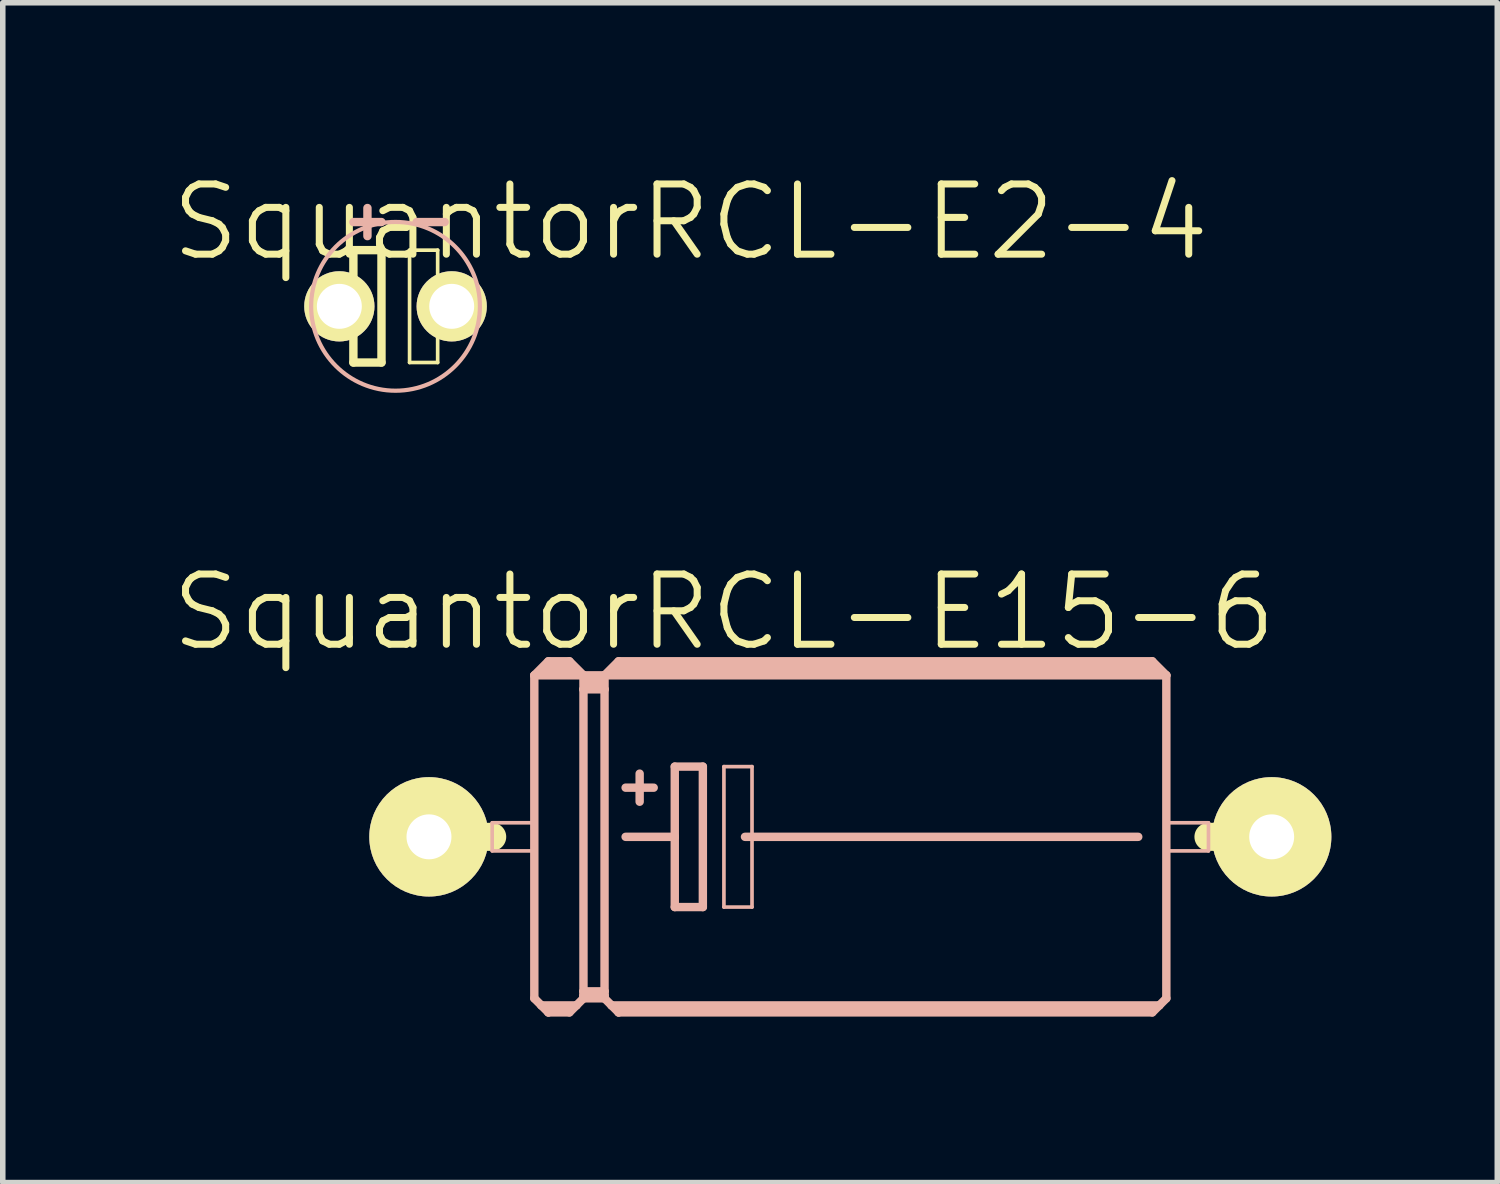
<source format=kicad_pcb>
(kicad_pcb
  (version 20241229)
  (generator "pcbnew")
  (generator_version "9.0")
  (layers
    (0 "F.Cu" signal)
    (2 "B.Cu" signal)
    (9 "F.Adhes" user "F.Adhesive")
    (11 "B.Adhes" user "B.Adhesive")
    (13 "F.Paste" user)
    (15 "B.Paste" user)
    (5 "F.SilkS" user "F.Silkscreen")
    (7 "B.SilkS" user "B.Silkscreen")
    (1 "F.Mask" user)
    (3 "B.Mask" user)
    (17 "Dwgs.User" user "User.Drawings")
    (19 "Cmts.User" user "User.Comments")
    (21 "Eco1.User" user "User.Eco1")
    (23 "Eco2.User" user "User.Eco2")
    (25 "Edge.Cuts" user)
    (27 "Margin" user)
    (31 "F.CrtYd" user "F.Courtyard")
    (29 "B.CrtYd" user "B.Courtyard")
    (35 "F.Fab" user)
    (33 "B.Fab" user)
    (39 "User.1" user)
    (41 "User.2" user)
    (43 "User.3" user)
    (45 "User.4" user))
  (footprint "SquantorRCL-E15-6"
    (layer "F.Cu")
    (at 12.328 12.084)
    (property "Reference" "SquantorRCL-E15-6" (at -2.286 -4.064 0) (layer "F.SilkS") (effects (font (size 1.27 1.27) (thickness 0.127))))
    (attr exclude_from_pos_files exclude_from_bom)
    (fp_line (start -7.62 0) (end -6.477 0) (stroke (width 0.508) (type solid)) (layer "F.SilkS"))
    (fp_line (start 7.62 0) (end 6.477 0) (stroke (width 0.508) (type solid)) (layer "F.SilkS"))
    (fp_line (start -6.477 -0.254) (end -5.715 -0.254) (stroke (width 0.066) (type solid)) (layer "B.SilkS"))
    (fp_line (start -6.477 0.254) (end -6.477 -0.254) (stroke (width 0.066) (type solid)) (layer "B.SilkS"))
    (fp_line (start -6.477 0.254) (end -5.715 0.254) (stroke (width 0.066) (type solid)) (layer "B.SilkS"))
    (fp_line (start -5.715 -2.921) (end -4.826 -2.921) (stroke (width 0.152) (type solid)) (layer "B.SilkS"))
    (fp_line (start -5.715 0.254) (end -5.715 -0.254) (stroke (width 0.066) (type solid)) (layer "B.SilkS"))
    (fp_line (start -5.715 2.921) (end -5.715 -2.921) (stroke (width 0.152) (type solid)) (layer "B.SilkS"))
    (fp_line (start -5.715 2.921) (end -5.588 3.048) (stroke (width 0.152) (type solid)) (layer "B.SilkS"))
    (fp_line (start -5.588 3.048) (end -5.461 3.175) (stroke (width 0.152) (type solid)) (layer "B.SilkS"))
    (fp_line (start -5.588 3.048) (end -4.953 3.048) (stroke (width 0.152) (type solid)) (layer "B.SilkS"))
    (fp_line (start -5.461 -3.175) (end -5.715 -2.921) (stroke (width 0.152) (type solid)) (layer "B.SilkS"))
    (fp_line (start -5.461 -3.175) (end -5.08 -3.175) (stroke (width 0.152) (type solid)) (layer "B.SilkS"))
    (fp_line (start -5.461 -3.048) (end -5.08 -3.048) (stroke (width 0.305) (type solid)) (layer "B.SilkS"))
    (fp_line (start -5.461 3.124) (end -5.461 3.175) (stroke (width 0.152) (type solid)) (layer "B.SilkS"))
    (fp_line (start -5.461 3.175) (end -5.08 3.175) (stroke (width 0.152) (type solid)) (layer "B.SilkS"))
    (fp_line (start -5.08 -3.175) (end -4.826 -2.921) (stroke (width 0.152) (type solid)) (layer "B.SilkS"))
    (fp_line (start -5.08 3.124) (end -5.461 3.124) (stroke (width 0.152) (type solid)) (layer "B.SilkS"))
    (fp_line (start -5.08 3.175) (end -4.953 3.048) (stroke (width 0.152) (type solid)) (layer "B.SilkS"))
    (fp_line (start -4.953 3.048) (end -4.826 2.921) (stroke (width 0.152) (type solid)) (layer "B.SilkS"))
    (fp_line (start -4.826 -2.921) (end -4.826 -2.667) (stroke (width 0.152) (type solid)) (layer "B.SilkS"))
    (fp_line (start -4.826 -2.921) (end -4.445 -2.921) (stroke (width 0.152) (type solid)) (layer "B.SilkS"))
    (fp_line (start -4.826 -2.667) (end -4.826 2.794) (stroke (width 0.152) (type solid)) (layer "B.SilkS"))
    (fp_line (start -4.826 -2.667) (end -4.445 -2.667) (stroke (width 0.152) (type solid)) (layer "B.SilkS"))
    (fp_line (start -4.826 2.794) (end -4.826 2.87) (stroke (width 0.152) (type solid)) (layer "B.SilkS"))
    (fp_line (start -4.826 2.794) (end -4.445 2.794) (stroke (width 0.152) (type solid)) (layer "B.SilkS"))
    (fp_line (start -4.826 2.87) (end -4.826 2.921) (stroke (width 0.152) (type solid)) (layer "B.SilkS"))
    (fp_line (start -4.826 2.921) (end -4.445 2.921) (stroke (width 0.152) (type solid)) (layer "B.SilkS"))
    (fp_line (start -4.699 -2.794) (end -4.572 -2.794) (stroke (width 0.305) (type solid)) (layer "B.SilkS"))
    (fp_line (start -4.445 -2.921) (end -4.445 -2.667) (stroke (width 0.152) (type solid)) (layer "B.SilkS"))
    (fp_line (start -4.445 -2.921) (end -4.191 -3.175) (stroke (width 0.152) (type solid)) (layer "B.SilkS"))
    (fp_line (start -4.445 -2.921) (end 5.715 -2.921) (stroke (width 0.152) (type solid)) (layer "B.SilkS"))
    (fp_line (start -4.445 -2.667) (end -4.445 2.794) (stroke (width 0.152) (type solid)) (layer "B.SilkS"))
    (fp_line (start -4.445 2.794) (end -4.445 2.87) (stroke (width 0.152) (type solid)) (layer "B.SilkS"))
    (fp_line (start -4.445 2.87) (end -4.826 2.87) (stroke (width 0.152) (type solid)) (layer "B.SilkS"))
    (fp_line (start -4.445 2.87) (end -4.445 2.921) (stroke (width 0.152) (type solid)) (layer "B.SilkS"))
    (fp_line (start -4.445 2.921) (end -4.318 3.048) (stroke (width 0.152) (type solid)) (layer "B.SilkS"))
    (fp_line (start -4.318 3.048) (end -4.191 3.175) (stroke (width 0.152) (type solid)) (layer "B.SilkS"))
    (fp_line (start -4.318 3.048) (end 5.588 3.048) (stroke (width 0.152) (type solid)) (layer "B.SilkS"))
    (fp_line (start -4.191 -3.175) (end 5.461 -3.175) (stroke (width 0.152) (type solid)) (layer "B.SilkS"))
    (fp_line (start -4.191 -3.048) (end 5.461 -3.048) (stroke (width 0.305) (type solid)) (layer "B.SilkS"))
    (fp_line (start -4.191 3.124) (end -4.191 3.175) (stroke (width 0.152) (type solid)) (layer "B.SilkS"))
    (fp_line (start -4.191 3.175) (end 5.461 3.175) (stroke (width 0.152) (type solid)) (layer "B.SilkS"))
    (fp_line (start -4.064 -0.889) (end -3.556 -0.889) (stroke (width 0.152) (type solid)) (layer "B.SilkS"))
    (fp_line (start -4.064 0) (end -3.175 0) (stroke (width 0.152) (type solid)) (layer "B.SilkS"))
    (fp_line (start -3.81 -1.143) (end -3.81 -0.635) (stroke (width 0.152) (type solid)) (layer "B.SilkS"))
    (fp_line (start -3.175 -1.27) (end -3.175 0) (stroke (width 0.152) (type solid)) (layer "B.SilkS"))
    (fp_line (start -3.175 0) (end -3.175 1.27) (stroke (width 0.152) (type solid)) (layer "B.SilkS"))
    (fp_line (start -3.175 1.27) (end -2.667 1.27) (stroke (width 0.152) (type solid)) (layer "B.SilkS"))
    (fp_line (start -2.667 -1.27) (end -3.175 -1.27) (stroke (width 0.152) (type solid)) (layer "B.SilkS"))
    (fp_line (start -2.667 1.27) (end -2.667 -1.27) (stroke (width 0.152) (type solid)) (layer "B.SilkS"))
    (fp_line (start -2.286 -1.27) (end -1.778 -1.27) (stroke (width 0.066) (type solid)) (layer "B.SilkS"))
    (fp_line (start -2.286 1.27) (end -2.286 -1.27) (stroke (width 0.066) (type solid)) (layer "B.SilkS"))
    (fp_line (start -2.286 1.27) (end -1.778 1.27) (stroke (width 0.066) (type solid)) (layer "B.SilkS"))
    (fp_line (start -1.905 0) (end 5.207 0) (stroke (width 0.152) (type solid)) (layer "B.SilkS"))
    (fp_line (start -1.778 1.27) (end -1.778 -1.27) (stroke (width 0.066) (type solid)) (layer "B.SilkS"))
    (fp_line (start 5.461 3.124) (end -4.191 3.124) (stroke (width 0.152) (type solid)) (layer "B.SilkS"))
    (fp_line (start 5.588 3.048) (end 5.461 3.175) (stroke (width 0.152) (type solid)) (layer "B.SilkS"))
    (fp_line (start 5.715 -2.921) (end 5.461 -3.175) (stroke (width 0.152) (type solid)) (layer "B.SilkS"))
    (fp_line (start 5.715 -2.921) (end 5.715 2.921) (stroke (width 0.152) (type solid)) (layer "B.SilkS"))
    (fp_line (start 5.715 -0.254) (end 6.477 -0.254) (stroke (width 0.066) (type solid)) (layer "B.SilkS"))
    (fp_line (start 5.715 0.254) (end 5.715 -0.254) (stroke (width 0.066) (type solid)) (layer "B.SilkS"))
    (fp_line (start 5.715 0.254) (end 6.477 0.254) (stroke (width 0.066) (type solid)) (layer "B.SilkS"))
    (fp_line (start 5.715 2.921) (end 5.588 3.048) (stroke (width 0.152) (type solid)) (layer "B.SilkS"))
    (fp_line (start 6.477 0.254) (end 6.477 -0.254) (stroke (width 0.066) (type solid)) (layer "B.SilkS"))
    (pad "+" thru_hole circle (at -7.62 0) (size 2.159 2.159) (drill 0.813) (layers "*.Cu" "F.Mask" "F.SilkS" "F.Paste"))
    (pad "-" thru_hole circle (at 7.62 0) (size 2.159 2.159) (drill 0.813) (layers "*.Cu" "F.Mask" "F.SilkS" "F.Paste")))
  (footprint "SquantorRCL-E2-4"
    (layer "F.Cu")
    (at 4.103 2.49)
    (property "Reference" "SquantorRCL-E2-4" (at 5.334 -1.524 0) (layer "F.SilkS") (effects (font (size 1.27 1.27) (thickness 0.127))))
    (attr exclude_from_pos_files exclude_from_bom)
    (fp_line (start -1.524 0) (end -0.762 0) (stroke (width 0.152) (type solid)) (layer "F.SilkS"))
    (fp_line (start -0.762 -1.016) (end -0.762 0) (stroke (width 0.152) (type solid)) (layer "F.SilkS"))
    (fp_line (start -0.762 0) (end -0.762 1.016) (stroke (width 0.152) (type solid)) (layer "F.SilkS"))
    (fp_line (start -0.762 1.016) (end -0.254 1.016) (stroke (width 0.152) (type solid)) (layer "F.SilkS"))
    (fp_line (start -0.254 -1.016) (end -0.762 -1.016) (stroke (width 0.152) (type solid)) (layer "F.SilkS"))
    (fp_line (start -0.254 1.016) (end -0.254 -1.016) (stroke (width 0.152) (type solid)) (layer "F.SilkS"))
    (fp_line (start 0.254 -1.016) (end 0.762 -1.016) (stroke (width 0.066) (type solid)) (layer "F.SilkS"))
    (fp_line (start 0.254 1.016) (end 0.254 -1.016) (stroke (width 0.066) (type solid)) (layer "F.SilkS"))
    (fp_line (start 0.254 1.016) (end 0.762 1.016) (stroke (width 0.066) (type solid)) (layer "F.SilkS"))
    (fp_line (start 0.635 0) (end 1.524 0) (stroke (width 0.152) (type solid)) (layer "F.SilkS"))
    (fp_line (start 0.762 1.016) (end 0.762 -1.016) (stroke (width 0.066) (type solid)) (layer "F.SilkS"))
    (fp_line (start -0.762 -1.524) (end -0.254 -1.524) (stroke (width 0.152) (type solid)) (layer "B.SilkS"))
    (fp_line (start -0.508 -1.27) (end -0.508 -1.778) (stroke (width 0.152) (type solid)) (layer "B.SilkS"))
    (fp_line (start 0.381 -1.524) (end 0.889 -1.524) (stroke (width 0.152) (type solid)) (layer "B.SilkS"))
    (fp_circle (center 0 0) (end -1.079 1.079) (stroke (width 0.076) (type solid)) (fill no) (layer "B.SilkS"))
    (pad "+" thru_hole circle (at -1.016 0) (size 1.27 1.27) (drill 0.813) (layers "*.Cu" "F.Mask" "F.SilkS" "F.Paste"))
    (pad "-" thru_hole circle (at 1.016 0) (size 1.27 1.27) (drill 0.813) (layers "*.Cu" "F.Mask" "F.SilkS" "F.Paste")))
  (gr_rect
    (start -3 -3)
    (end 24.028 18.336)
    (stroke (width 0.1) (type default))
    (fill no)
    (layer "Edge.Cuts")))
</source>
